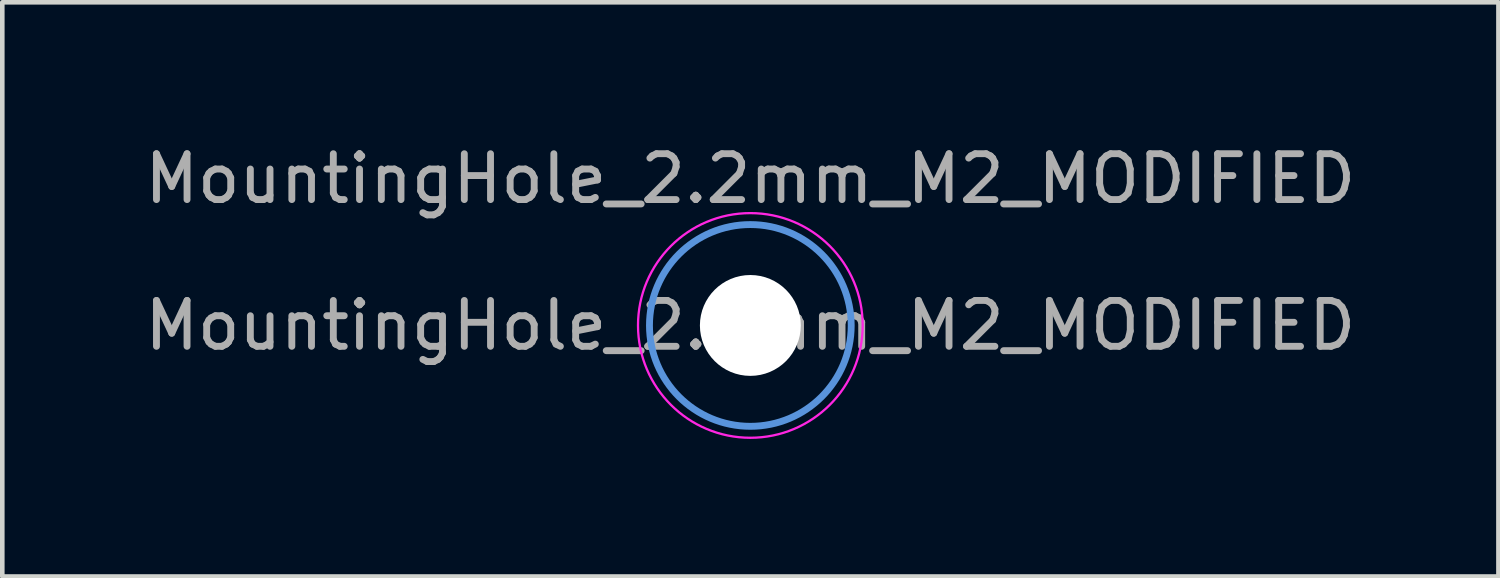
<source format=kicad_pcb>
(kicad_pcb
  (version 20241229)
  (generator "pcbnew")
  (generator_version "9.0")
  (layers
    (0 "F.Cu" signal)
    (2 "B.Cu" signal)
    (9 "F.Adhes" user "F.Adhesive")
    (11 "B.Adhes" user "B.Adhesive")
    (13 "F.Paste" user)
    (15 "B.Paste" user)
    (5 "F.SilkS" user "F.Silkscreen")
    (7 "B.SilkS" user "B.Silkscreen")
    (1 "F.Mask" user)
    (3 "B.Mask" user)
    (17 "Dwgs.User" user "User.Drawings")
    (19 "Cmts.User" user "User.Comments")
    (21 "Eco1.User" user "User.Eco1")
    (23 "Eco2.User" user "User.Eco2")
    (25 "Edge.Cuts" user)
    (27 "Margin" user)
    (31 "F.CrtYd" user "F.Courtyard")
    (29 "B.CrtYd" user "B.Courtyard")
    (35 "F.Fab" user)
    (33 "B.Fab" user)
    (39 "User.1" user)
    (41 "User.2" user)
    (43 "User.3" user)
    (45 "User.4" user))
  (footprint "MountingHole_2.2mm_M2_MODIFIED"
    (layer "F.Cu")
    (at 13.315 4.048)
    (property "Reference" "MountingHole_2.2mm_M2_MODIFIED" (at 0 -3.2 0) (layer "F.Fab") (effects (font (size 1 1) (thickness 0.15))))
    (attr exclude_from_pos_files)
    (fp_circle (center 0 0) (end 2.2 0) (stroke (width 0.15) (type solid)) (fill no) (layer "Cmts.User"))
    (fp_circle (center 0 0) (end 1.1 0) (stroke (width 0.11) (type solid)) (fill no) (layer "Eco1.User"))
    (fp_circle (center 0 0) (end 2.45 0) (stroke (width 0.05) (type solid)) (fill no) (layer "F.CrtYd"))
    (fp_text user "${REFERENCE}" (at 0 0 0) (layer "F.Fab") (effects (font (size 1 1) (thickness 0.15))))
    (pad "" np_thru_hole circle (at 0 0) (size 2.2 2.2) (drill 2.2) (layers "*.Cu" "*.Mask")))
  (gr_rect
    (start -3 -3)
    (end 29.631 9.523)
    (stroke (width 0.1) (type default))
    (fill no)
    (layer "Edge.Cuts")))
</source>
